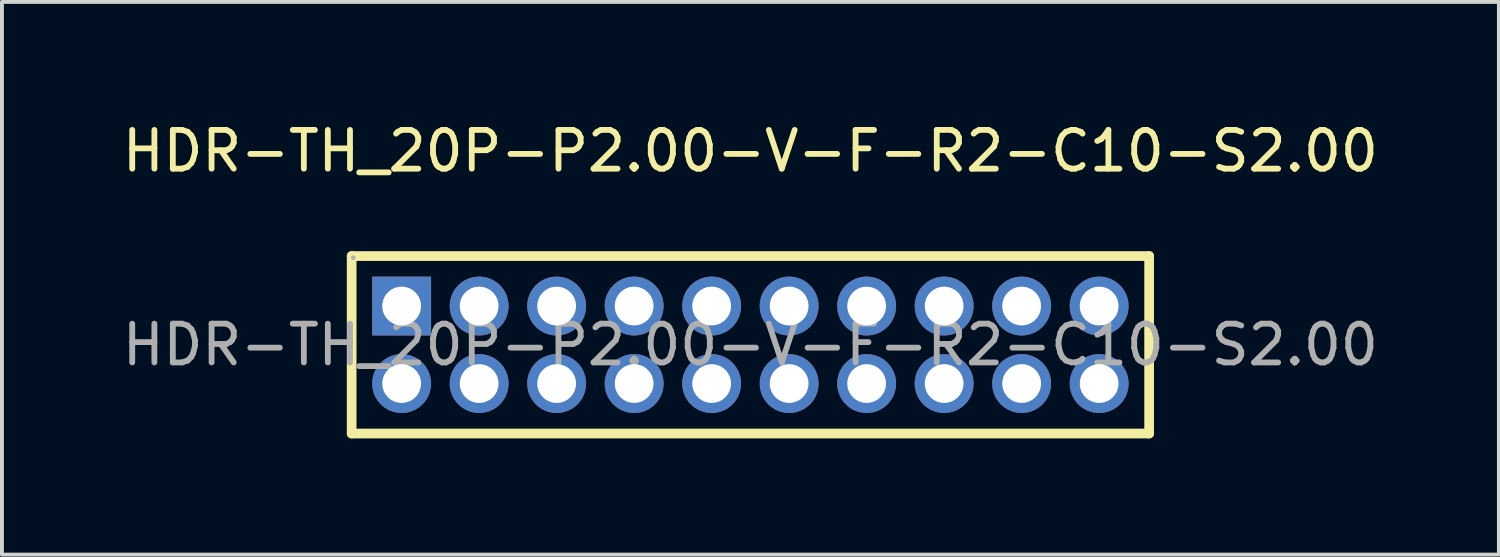
<source format=kicad_pcb>
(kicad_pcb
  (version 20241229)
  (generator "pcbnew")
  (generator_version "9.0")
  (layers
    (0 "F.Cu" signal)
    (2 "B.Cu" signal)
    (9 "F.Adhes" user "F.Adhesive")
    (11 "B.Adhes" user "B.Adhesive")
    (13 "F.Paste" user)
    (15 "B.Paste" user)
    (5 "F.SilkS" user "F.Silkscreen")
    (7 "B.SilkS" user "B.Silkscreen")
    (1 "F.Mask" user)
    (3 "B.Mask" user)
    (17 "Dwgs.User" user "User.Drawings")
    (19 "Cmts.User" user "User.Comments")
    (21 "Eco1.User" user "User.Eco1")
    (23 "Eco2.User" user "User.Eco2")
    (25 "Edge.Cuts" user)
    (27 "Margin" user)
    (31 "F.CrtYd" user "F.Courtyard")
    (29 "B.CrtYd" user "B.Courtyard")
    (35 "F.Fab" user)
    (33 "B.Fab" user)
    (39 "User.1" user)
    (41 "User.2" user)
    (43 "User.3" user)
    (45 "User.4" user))
  (footprint "HDR-TH_20P-P2.00-V-F-R2-C10-S2.00"
    (layer "F.Cu")
    (at 16.315 5.848)
    (property "Reference" "HDR-TH_20P-P2.00-V-F-R2-C10-S2.00" (at 0 -5 0) (layer "F.SilkS") (effects (font (size 1 1) (thickness 0.15))))
    (attr through_hole)
    (fp_line (start -10.29 -2.29) (end 10.29 -2.29) (stroke (width 0.25) (type solid)) (layer "F.SilkS"))
    (fp_line (start -10.29 2.29) (end -10.29 -2.29) (stroke (width 0.25) (type solid)) (layer "F.SilkS"))
    (fp_line (start 10.29 -2.29) (end 10.29 2.29) (stroke (width 0.25) (type solid)) (layer "F.SilkS"))
    (fp_line (start 10.29 2.29) (end -10.29 2.29) (stroke (width 0.25) (type solid)) (layer "F.SilkS"))
    (fp_circle (center -10.25 -2.25) (end -10.22 -2.25) (stroke (width 0.06) (type solid)) (fill no) (layer "F.Fab"))
    (fp_text user "${REFERENCE}" (at 0 0 0) (layer "F.Fab") (effects (font (size 1 1) (thickness 0.15))))
    (pad "1" thru_hole rect (at -9 -1) (size 1.52 1.52) (drill 1) (layers "*.Cu" "*.Mask"))
    (pad "2" thru_hole circle (at -9 1) (size 1.52 1.52) (drill 1) (layers "*.Cu" "*.Mask"))
    (pad "3" thru_hole circle (at -7 -1) (size 1.52 1.52) (drill 1) (layers "*.Cu" "*.Mask"))
    (pad "4" thru_hole circle (at -7 1) (size 1.52 1.52) (drill 1) (layers "*.Cu" "*.Mask"))
    (pad "5" thru_hole circle (at -5 -1) (size 1.52 1.52) (drill 1) (layers "*.Cu" "*.Mask"))
    (pad "6" thru_hole circle (at -5 1) (size 1.52 1.52) (drill 1) (layers "*.Cu" "*.Mask"))
    (pad "7" thru_hole circle (at -3 -1) (size 1.52 1.52) (drill 1) (layers "*.Cu" "*.Mask"))
    (pad "8" thru_hole circle (at -3 1) (size 1.52 1.52) (drill 1) (layers "*.Cu" "*.Mask"))
    (pad "9" thru_hole circle (at -1 -1) (size 1.52 1.52) (drill 1) (layers "*.Cu" "*.Mask"))
    (pad "10" thru_hole circle (at -1 1) (size 1.52 1.52) (drill 1) (layers "*.Cu" "*.Mask"))
    (pad "11" thru_hole circle (at 1 -1) (size 1.52 1.52) (drill 1) (layers "*.Cu" "*.Mask"))
    (pad "12" thru_hole circle (at 1 1) (size 1.52 1.52) (drill 1) (layers "*.Cu" "*.Mask"))
    (pad "13" thru_hole circle (at 3 -1) (size 1.52 1.52) (drill 1) (layers "*.Cu" "*.Mask"))
    (pad "14" thru_hole circle (at 3 1) (size 1.52 1.52) (drill 1) (layers "*.Cu" "*.Mask"))
    (pad "15" thru_hole circle (at 5 -1) (size 1.52 1.52) (drill 1) (layers "*.Cu" "*.Mask"))
    (pad "16" thru_hole circle (at 5 1) (size 1.52 1.52) (drill 1) (layers "*.Cu" "*.Mask"))
    (pad "17" thru_hole circle (at 7 -1) (size 1.52 1.52) (drill 1) (layers "*.Cu" "*.Mask"))
    (pad "18" thru_hole circle (at 7 1) (size 1.52 1.52) (drill 1) (layers "*.Cu" "*.Mask"))
    (pad "19" thru_hole circle (at 9 -1) (size 1.52 1.52) (drill 1) (layers "*.Cu" "*.Mask"))
    (pad "20" thru_hole circle (at 9 1) (size 1.52 1.52) (drill 1) (layers "*.Cu" "*.Mask")))
  (gr_rect
    (start -3 -3)
    (end 35.631 11.263)
    (stroke (width 0.1) (type default))
    (fill no)
    (layer "Edge.Cuts")))
</source>
